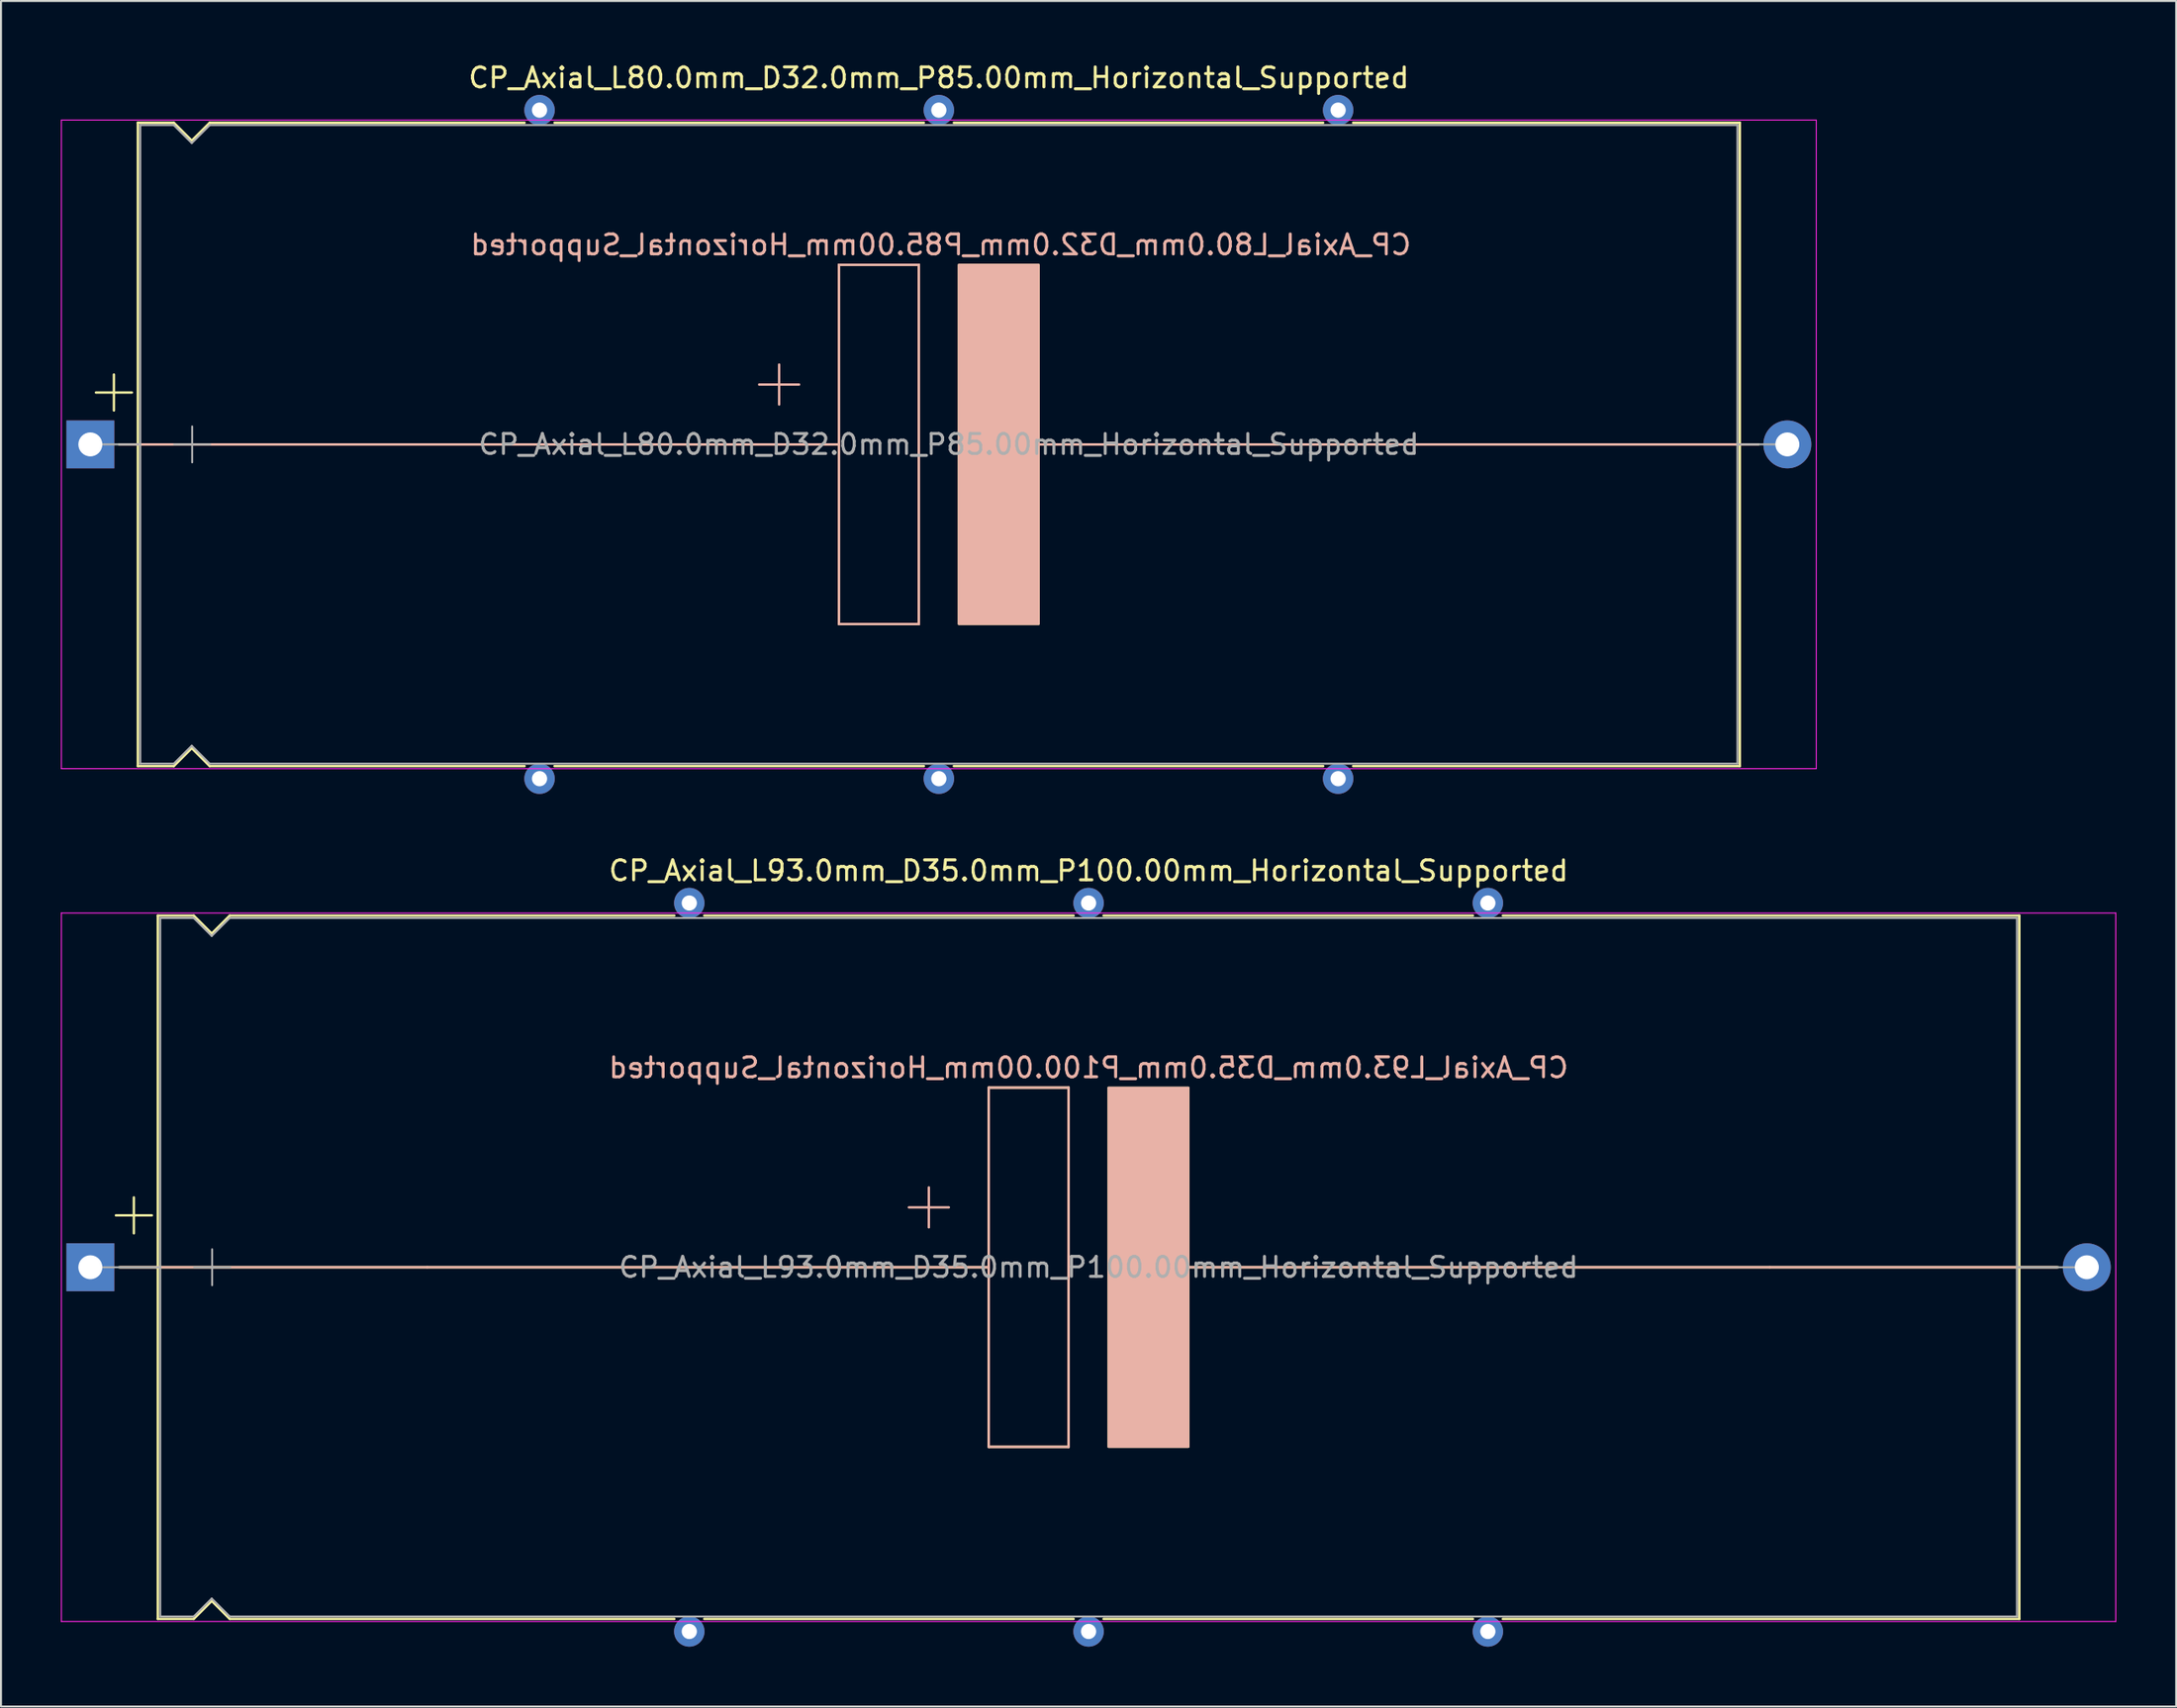
<source format=kicad_pcb>
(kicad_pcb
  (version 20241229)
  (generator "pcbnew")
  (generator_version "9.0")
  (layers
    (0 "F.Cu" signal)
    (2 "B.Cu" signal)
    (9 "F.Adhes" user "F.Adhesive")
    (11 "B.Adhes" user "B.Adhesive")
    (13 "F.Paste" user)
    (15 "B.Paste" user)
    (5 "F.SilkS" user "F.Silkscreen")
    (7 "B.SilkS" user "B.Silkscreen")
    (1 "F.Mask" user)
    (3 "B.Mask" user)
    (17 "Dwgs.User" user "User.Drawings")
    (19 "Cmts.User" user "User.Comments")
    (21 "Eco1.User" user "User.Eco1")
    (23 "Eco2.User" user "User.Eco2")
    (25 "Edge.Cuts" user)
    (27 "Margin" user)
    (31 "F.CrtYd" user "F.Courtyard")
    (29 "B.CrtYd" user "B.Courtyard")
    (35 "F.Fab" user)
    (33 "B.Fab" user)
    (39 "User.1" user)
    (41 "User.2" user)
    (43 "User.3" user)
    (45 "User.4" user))
  (footprint "CP_Axial_L80.0mm_D32.0mm_P85.00mm_Horizontal_Supported"
    (layer "F.Cu")
    (at 1.475 19.218)
    (property "Reference" "CP_Axial_L80.0mm_D32.0mm_P85.00mm_Horizontal_Supported" (at 42.5 -18.37 0) (layer "F.SilkS") (effects (font (size 1 1) (thickness 0.15))))
    (fp_line (start 0.28 -2.6) (end 2.08 -2.6) (stroke (width 0.12) (type solid)) (layer "F.SilkS"))
    (fp_line (start 1.18 -3.5) (end 1.18 -1.7) (stroke (width 0.12) (type solid)) (layer "F.SilkS"))
    (fp_line (start 1.44 0) (end 2.38 0) (stroke (width 0.12) (type solid)) (layer "F.SilkS"))
    (fp_line (start 2.38 -16.12) (end 2.38 16.12) (stroke (width 0.12) (type solid)) (layer "F.SilkS"))
    (fp_line (start 2.38 -16.12) (end 4.18 -16.12) (stroke (width 0.12) (type solid)) (layer "F.SilkS"))
    (fp_line (start 2.38 0) (end 37.5 0) (stroke (width 0.12) (type solid)) (layer "F.SilkS"))
    (fp_line (start 2.38 16.12) (end 4.18 16.12) (stroke (width 0.12) (type solid)) (layer "F.SilkS"))
    (fp_line (start 4.18 -16.12) (end 5.08 -15.22) (stroke (width 0.12) (type solid)) (layer "F.SilkS"))
    (fp_line (start 4.18 16.12) (end 5.08 15.22) (stroke (width 0.12) (type solid)) (layer "F.SilkS"))
    (fp_line (start 5.08 -15.22) (end 5.98 -16.12) (stroke (width 0.12) (type solid)) (layer "F.SilkS"))
    (fp_line (start 5.08 15.22) (end 5.98 16.12) (stroke (width 0.12) (type solid)) (layer "F.SilkS"))
    (fp_line (start 5.98 -16.12) (end 21.75 -16.12) (stroke (width 0.12) (type solid)) (layer "F.SilkS"))
    (fp_line (start 5.98 16.12) (end 21.75 16.12) (stroke (width 0.12) (type solid)) (layer "F.SilkS"))
    (fp_line (start 23.25 -16.12) (end 41.75 -16.12) (stroke (width 0.12) (type solid)) (layer "F.SilkS"))
    (fp_line (start 23.25 16.12) (end 41.75 16.12) (stroke (width 0.12) (type solid)) (layer "F.SilkS"))
    (fp_line (start 37.5 -9) (end 41.5 -9) (stroke (width 0.12) (type solid)) (layer "F.SilkS"))
    (fp_line (start 37.5 9) (end 37.5 -9) (stroke (width 0.12) (type solid)) (layer "F.SilkS"))
    (fp_line (start 41.5 -9) (end 41.5 9) (stroke (width 0.12) (type solid)) (layer "F.SilkS"))
    (fp_line (start 41.5 9) (end 37.5 9) (stroke (width 0.12) (type solid)) (layer "F.SilkS"))
    (fp_line (start 43.25 -16.12) (end 61.75 -16.12) (stroke (width 0.12) (type solid)) (layer "F.SilkS"))
    (fp_line (start 43.25 16.12) (end 61.75 16.12) (stroke (width 0.12) (type solid)) (layer "F.SilkS"))
    (fp_line (start 47 0) (end 82.62 0) (stroke (width 0.12) (type solid)) (layer "F.SilkS"))
    (fp_line (start 63.25 -16.12) (end 82.62 -16.12) (stroke (width 0.12) (type solid)) (layer "F.SilkS"))
    (fp_line (start 63.25 16.12) (end 82.62 16.12) (stroke (width 0.12) (type solid)) (layer "F.SilkS"))
    (fp_line (start 82.62 -16.12) (end 82.62 16.12) (stroke (width 0.12) (type solid)) (layer "F.SilkS"))
    (fp_line (start 83.56 0) (end 82.62 0) (stroke (width 0.12) (type solid)) (layer "F.SilkS"))
    (fp_poly (pts (xy 47.5 9) (xy 43.5 9) (xy 43.5 -9) (xy 47.5 -9)) (stroke (width 0.1) (type solid)) (fill yes) (layer "F.SilkS"))
    (fp_line (start 1.5 0) (end 9.38 0) (stroke (width 0.12) (type solid)) (layer "B.SilkS"))
    (fp_line (start 9.38 0) (end 37.5 0) (stroke (width 0.12) (type solid)) (layer "B.SilkS"))
    (fp_line (start 34.5 -2) (end 34.5 -4) (stroke (width 0.12) (type solid)) (layer "B.SilkS"))
    (fp_line (start 35.5 -3) (end 33.5 -3) (stroke (width 0.12) (type solid)) (layer "B.SilkS"))
    (fp_line (start 37.5 -9) (end 41.5 -9) (stroke (width 0.12) (type solid)) (layer "B.SilkS"))
    (fp_line (start 37.5 9) (end 37.5 -9) (stroke (width 0.12) (type solid)) (layer "B.SilkS"))
    (fp_line (start 41.5 -9) (end 41.5 9) (stroke (width 0.12) (type solid)) (layer "B.SilkS"))
    (fp_line (start 41.5 9) (end 37.5 9) (stroke (width 0.12) (type solid)) (layer "B.SilkS"))
    (fp_line (start 47.5 0) (end 76.62 0) (stroke (width 0.12) (type solid)) (layer "B.SilkS"))
    (fp_line (start 83.5 0) (end 76.62 0) (stroke (width 0.12) (type solid)) (layer "B.SilkS"))
    (fp_poly (pts (xy 47.5 9) (xy 43.5 9) (xy 43.5 -9) (xy 47.5 -9)) (stroke (width 0.1) (type solid)) (fill yes) (layer "B.SilkS"))
    (fp_line (start -1.45 -16.25) (end -1.45 16.25) (stroke (width 0.05) (type solid)) (layer "F.CrtYd"))
    (fp_line (start -1.45 16.25) (end 86.45 16.25) (stroke (width 0.05) (type solid)) (layer "F.CrtYd"))
    (fp_line (start 86.45 -16.25) (end -1.45 -16.25) (stroke (width 0.05) (type solid)) (layer "F.CrtYd"))
    (fp_line (start 86.45 16.25) (end 86.45 -16.25) (stroke (width 0.05) (type solid)) (layer "F.CrtYd"))
    (fp_line (start 0 0) (end 2.5 0) (stroke (width 0.1) (type solid)) (layer "F.Fab"))
    (fp_line (start 2.5 -16) (end 2.5 16) (stroke (width 0.1) (type solid)) (layer "F.Fab"))
    (fp_line (start 2.5 -16) (end 4.18 -16) (stroke (width 0.1) (type solid)) (layer "F.Fab"))
    (fp_line (start 2.5 16) (end 4.18 16) (stroke (width 0.1) (type solid)) (layer "F.Fab"))
    (fp_line (start 4.18 -16) (end 5.08 -15.1) (stroke (width 0.1) (type solid)) (layer "F.Fab"))
    (fp_line (start 4.18 16) (end 5.08 15.1) (stroke (width 0.1) (type solid)) (layer "F.Fab"))
    (fp_line (start 4.2 0) (end 6 0) (stroke (width 0.1) (type solid)) (layer "F.Fab"))
    (fp_line (start 5.08 -15.1) (end 5.98 -16) (stroke (width 0.1) (type solid)) (layer "F.Fab"))
    (fp_line (start 5.08 15.1) (end 5.98 16) (stroke (width 0.1) (type solid)) (layer "F.Fab"))
    (fp_line (start 5.1 -0.9) (end 5.1 0.9) (stroke (width 0.1) (type solid)) (layer "F.Fab"))
    (fp_line (start 5.98 -16) (end 82.5 -16) (stroke (width 0.1) (type solid)) (layer "F.Fab"))
    (fp_line (start 5.98 16) (end 82.5 16) (stroke (width 0.1) (type solid)) (layer "F.Fab"))
    (fp_line (start 82.5 -16) (end 82.5 16) (stroke (width 0.1) (type solid)) (layer "F.Fab"))
    (fp_line (start 85 0) (end 82.5 0) (stroke (width 0.1) (type solid)) (layer "F.Fab"))
    (fp_text user "${REFERENCE}" (at 42.6 -10 0) (layer "B.SilkS") (effects (font (size 1 1) (thickness 0.15)) (justify mirror)))
    (fp_text user "${REFERENCE}" (at 43 0 0) (layer "F.Fab") (effects (font (size 1 1) (thickness 0.15))))
    (pad "1" thru_hole rect (at 0 0) (size 2.4 2.4) (drill 1.2) (layers "*.Cu" "*.Mask"))
    (pad "2" thru_hole oval (at 85 0) (size 2.4 2.4) (drill 1.2) (layers "*.Cu" "*.Mask"))
    (pad "~" thru_hole circle (at 22.5 -16.75) (size 1.524 1.524) (drill 0.762) (layers "*.Cu" "*.Mask"))
    (pad "~" thru_hole circle (at 22.5 16.75) (size 1.524 1.524) (drill 0.762) (layers "*.Cu" "*.Mask"))
    (pad "~" thru_hole circle (at 42.5 -16.75) (size 1.524 1.524) (drill 0.762) (layers "*.Cu" "*.Mask"))
    (pad "~" thru_hole circle (at 42.5 16.75) (size 1.524 1.524) (drill 0.762) (layers "*.Cu" "*.Mask"))
    (pad "~" thru_hole circle (at 62.5 -16.75) (size 1.524 1.524) (drill 0.762) (layers "*.Cu" "*.Mask"))
    (pad "~" thru_hole circle (at 62.5 16.75) (size 1.524 1.524) (drill 0.762) (layers "*.Cu" "*.Mask")))
  (footprint "CP_Axial_L93.0mm_D35.0mm_P100.00mm_Horizontal_Supported"
    (layer "F.Cu")
    (at 1.475 60.449)
    (property "Reference" "CP_Axial_L93.0mm_D35.0mm_P100.00mm_Horizontal_Supported" (at 50 -19.87 0) (layer "F.SilkS") (effects (font (size 1 1) (thickness 0.15))))
    (fp_line (start 1.28 -2.6) (end 3.08 -2.6) (stroke (width 0.12) (type solid)) (layer "F.SilkS"))
    (fp_line (start 1.44 0) (end 3.38 0) (stroke (width 0.12) (type solid)) (layer "F.SilkS"))
    (fp_line (start 2.18 -3.5) (end 2.18 -1.7) (stroke (width 0.12) (type solid)) (layer "F.SilkS"))
    (fp_line (start 3.365 0) (end 45 0) (stroke (width 0.12) (type solid)) (layer "F.SilkS"))
    (fp_line (start 3.38 -17.62) (end 3.38 17.62) (stroke (width 0.12) (type solid)) (layer "F.SilkS"))
    (fp_line (start 3.38 -17.62) (end 5.18 -17.62) (stroke (width 0.12) (type solid)) (layer "F.SilkS"))
    (fp_line (start 3.38 17.62) (end 5.18 17.62) (stroke (width 0.12) (type solid)) (layer "F.SilkS"))
    (fp_line (start 5.18 -17.62) (end 6.08 -16.72) (stroke (width 0.12) (type solid)) (layer "F.SilkS"))
    (fp_line (start 5.18 17.62) (end 6.08 16.72) (stroke (width 0.12) (type solid)) (layer "F.SilkS"))
    (fp_line (start 6.08 -16.72) (end 6.98 -17.62) (stroke (width 0.12) (type solid)) (layer "F.SilkS"))
    (fp_line (start 6.08 16.72) (end 6.98 17.62) (stroke (width 0.12) (type solid)) (layer "F.SilkS"))
    (fp_line (start 6.98 -17.62) (end 29.25 -17.62) (stroke (width 0.12) (type solid)) (layer "F.SilkS"))
    (fp_line (start 6.98 17.62) (end 29.25 17.62) (stroke (width 0.12) (type solid)) (layer "F.SilkS"))
    (fp_line (start 30.75 -17.62) (end 49.25 -17.62) (stroke (width 0.12) (type solid)) (layer "F.SilkS"))
    (fp_line (start 30.75 17.62) (end 49.25 17.62) (stroke (width 0.12) (type solid)) (layer "F.SilkS"))
    (fp_line (start 45 -9) (end 49 -9) (stroke (width 0.12) (type solid)) (layer "F.SilkS"))
    (fp_line (start 45 9) (end 45 -9) (stroke (width 0.12) (type solid)) (layer "F.SilkS"))
    (fp_line (start 49 -9) (end 49 9) (stroke (width 0.12) (type solid)) (layer "F.SilkS"))
    (fp_line (start 49 9) (end 45 9) (stroke (width 0.12) (type solid)) (layer "F.SilkS"))
    (fp_line (start 50.75 -17.62) (end 69.25 -17.62) (stroke (width 0.12) (type solid)) (layer "F.SilkS"))
    (fp_line (start 50.75 17.62) (end 69.25 17.62) (stroke (width 0.12) (type solid)) (layer "F.SilkS"))
    (fp_line (start 54.5 0) (end 96.62 0) (stroke (width 0.12) (type solid)) (layer "F.SilkS"))
    (fp_line (start 70.75 -17.62) (end 96.62 -17.62) (stroke (width 0.12) (type solid)) (layer "F.SilkS"))
    (fp_line (start 70.75 17.62) (end 96.62 17.62) (stroke (width 0.12) (type solid)) (layer "F.SilkS"))
    (fp_line (start 96.62 -17.62) (end 96.62 17.62) (stroke (width 0.12) (type solid)) (layer "F.SilkS"))
    (fp_line (start 98.56 0) (end 96.62 0) (stroke (width 0.12) (type solid)) (layer "F.SilkS"))
    (fp_poly (pts (xy 55 9) (xy 51 9) (xy 51 -9) (xy 55 -9)) (stroke (width 0.1) (type solid)) (fill yes) (layer "F.SilkS"))
    (fp_line (start 1.5 0) (end 16.88 0) (stroke (width 0.12) (type solid)) (layer "B.SilkS"))
    (fp_line (start 16.88 0) (end 45 0) (stroke (width 0.12) (type solid)) (layer "B.SilkS"))
    (fp_line (start 42 -2) (end 42 -4) (stroke (width 0.12) (type solid)) (layer "B.SilkS"))
    (fp_line (start 43 -3) (end 41 -3) (stroke (width 0.12) (type solid)) (layer "B.SilkS"))
    (fp_line (start 45 -9) (end 49 -9) (stroke (width 0.12) (type solid)) (layer "B.SilkS"))
    (fp_line (start 45 9) (end 45 -9) (stroke (width 0.12) (type solid)) (layer "B.SilkS"))
    (fp_line (start 49 -9) (end 49 9) (stroke (width 0.12) (type solid)) (layer "B.SilkS"))
    (fp_line (start 49 9) (end 45 9) (stroke (width 0.12) (type solid)) (layer "B.SilkS"))
    (fp_line (start 55 0) (end 84.12 0) (stroke (width 0.12) (type solid)) (layer "B.SilkS"))
    (fp_line (start 98.5 0) (end 84.12 0) (stroke (width 0.12) (type solid)) (layer "B.SilkS"))
    (fp_poly (pts (xy 55 9) (xy 51 9) (xy 51 -9) (xy 55 -9)) (stroke (width 0.1) (type solid)) (fill yes) (layer "B.SilkS"))
    (fp_line (start -1.45 -17.75) (end -1.45 17.75) (stroke (width 0.05) (type solid)) (layer "F.CrtYd"))
    (fp_line (start -1.45 17.75) (end 101.45 17.75) (stroke (width 0.05) (type solid)) (layer "F.CrtYd"))
    (fp_line (start 101.45 -17.75) (end -1.45 -17.75) (stroke (width 0.05) (type solid)) (layer "F.CrtYd"))
    (fp_line (start 101.45 17.75) (end 101.45 -17.75) (stroke (width 0.05) (type solid)) (layer "F.CrtYd"))
    (fp_line (start 0 0) (end 3.5 0) (stroke (width 0.1) (type solid)) (layer "F.Fab"))
    (fp_line (start 3.5 -17.5) (end 3.5 17.5) (stroke (width 0.1) (type solid)) (layer "F.Fab"))
    (fp_line (start 3.5 -17.5) (end 5.18 -17.5) (stroke (width 0.1) (type solid)) (layer "F.Fab"))
    (fp_line (start 3.5 17.5) (end 5.18 17.5) (stroke (width 0.1) (type solid)) (layer "F.Fab"))
    (fp_line (start 5.18 -17.5) (end 6.08 -16.6) (stroke (width 0.1) (type solid)) (layer "F.Fab"))
    (fp_line (start 5.18 17.5) (end 6.08 16.6) (stroke (width 0.1) (type solid)) (layer "F.Fab"))
    (fp_line (start 5.2 0) (end 7 0) (stroke (width 0.1) (type solid)) (layer "F.Fab"))
    (fp_line (start 6.08 -16.6) (end 6.98 -17.5) (stroke (width 0.1) (type solid)) (layer "F.Fab"))
    (fp_line (start 6.08 16.6) (end 6.98 17.5) (stroke (width 0.1) (type solid)) (layer "F.Fab"))
    (fp_line (start 6.1 -0.9) (end 6.1 0.9) (stroke (width 0.1) (type solid)) (layer "F.Fab"))
    (fp_line (start 6.98 -17.5) (end 96.5 -17.5) (stroke (width 0.1) (type solid)) (layer "F.Fab"))
    (fp_line (start 6.98 17.5) (end 96.5 17.5) (stroke (width 0.1) (type solid)) (layer "F.Fab"))
    (fp_line (start 96.5 -17.5) (end 96.5 17.5) (stroke (width 0.1) (type solid)) (layer "F.Fab"))
    (fp_line (start 100 0) (end 96.5 0) (stroke (width 0.1) (type solid)) (layer "F.Fab"))
    (fp_text user "${REFERENCE}" (at 50 -10 0) (layer "B.SilkS") (effects (font (size 1 1) (thickness 0.15)) (justify mirror)))
    (fp_text user "${REFERENCE}" (at 50.5 0 0) (layer "F.Fab") (effects (font (size 1 1) (thickness 0.15))))
    (pad "1" thru_hole rect (at 0 0) (size 2.4 2.4) (drill 1.2) (layers "*.Cu" "*.Mask"))
    (pad "2" thru_hole oval (at 100 0) (size 2.4 2.4) (drill 1.2) (layers "*.Cu" "*.Mask"))
    (pad "~" thru_hole circle (at 30 -18.25) (size 1.524 1.524) (drill 0.762) (layers "*.Cu" "*.Mask"))
    (pad "~" thru_hole circle (at 30 18.25) (size 1.524 1.524) (drill 0.762) (layers "*.Cu" "*.Mask"))
    (pad "~" thru_hole circle (at 50 -18.25) (size 1.524 1.524) (drill 0.762) (layers "*.Cu" "*.Mask"))
    (pad "~" thru_hole circle (at 50 18.25) (size 1.524 1.524) (drill 0.762) (layers "*.Cu" "*.Mask"))
    (pad "~" thru_hole circle (at 70 -18.25) (size 1.524 1.524) (drill 0.762) (layers "*.Cu" "*.Mask"))
    (pad "~" thru_hole circle (at 70 18.25) (size 1.524 1.524) (drill 0.762) (layers "*.Cu" "*.Mask")))
  (gr_rect
    (start -3 -3)
    (end 105.95 82.46)
    (stroke (width 0.1) (type default))
    (fill no)
    (layer "Edge.Cuts")))
</source>
